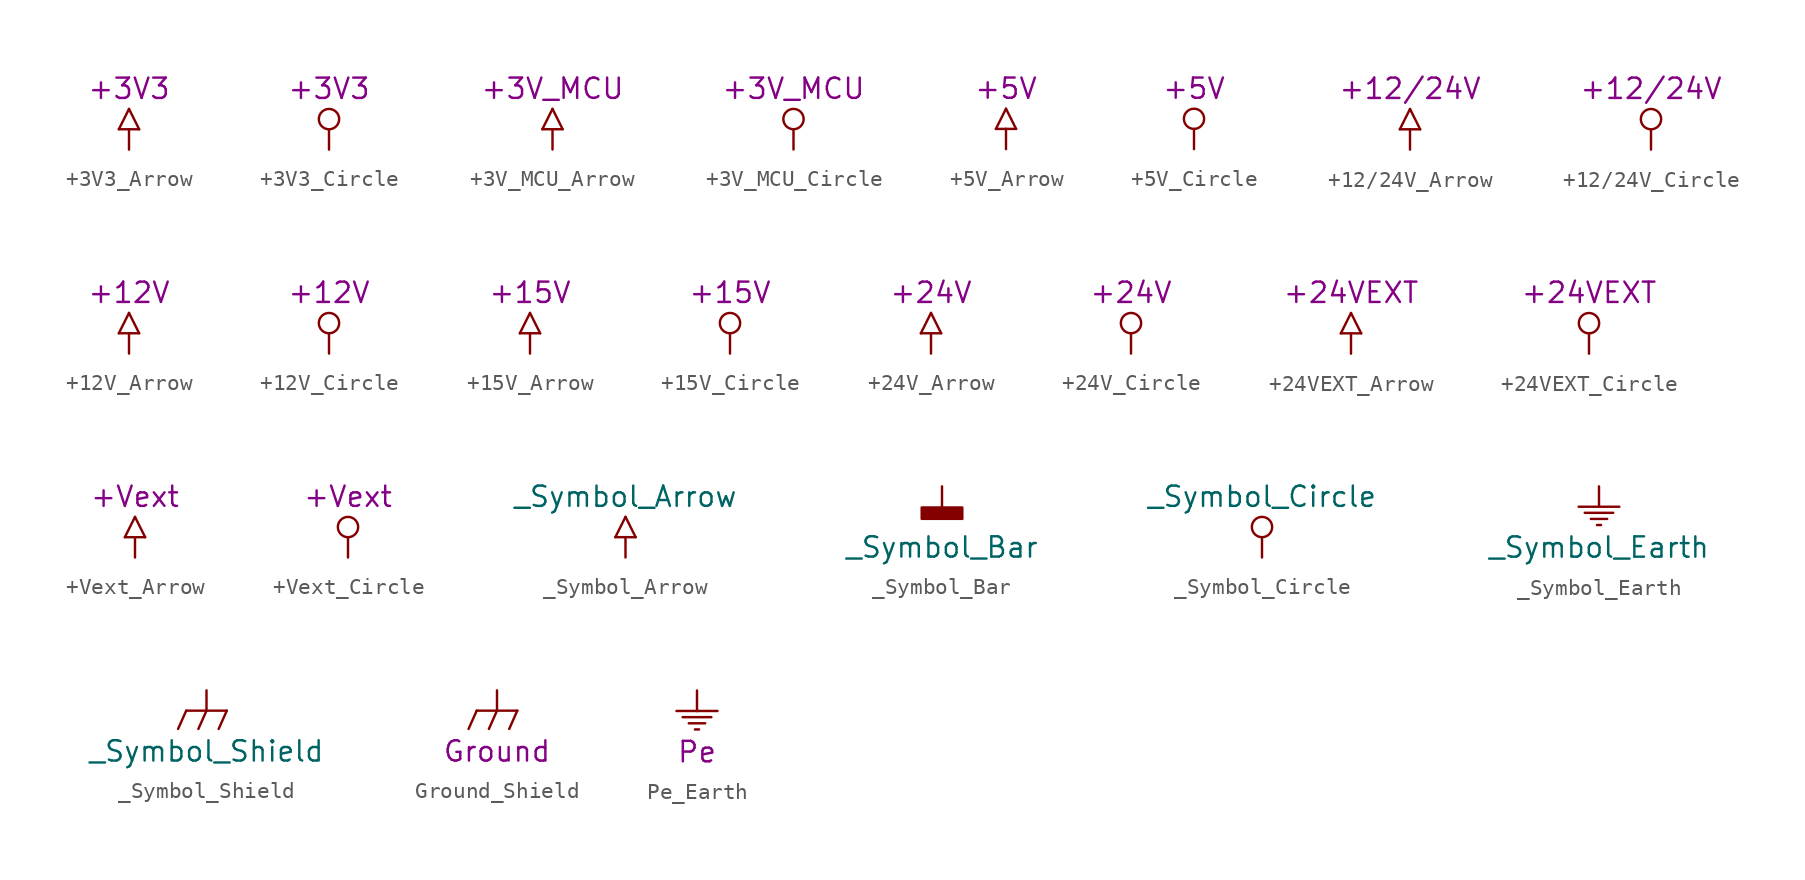
<source format=kicad_sym>
(kicad_symbol_lib
  (version 20231120)
  (generator "kicad_symbol_editor")
  (generator_version "8.0")
  (symbol "+3V3_Arrow"
    (power)
    (pin_numbers hide)
    (pin_names
      (offset 0) hide)
    (property "Reference" "#PWR"
      (at 0 6.35 0)
      (effects (font (size 1.27 1.27)) (hide yes)))
    (property "Signal_Name" "+3V3"
      (at 0 3.81 0)
      (effects (font (size 1.27 1.27))))
    (symbol "+3V3_Arrow_0_1"
      (polyline (pts (xy 0 1.27) (xy 0 0)) (stroke (width 0) (type default)) (fill (type none))))
    (symbol "+3V3_Arrow_1_0"
      (polyline (pts (xy -0.635 1.27) (xy 0 1.27)) (stroke (width 0) (type default)) (fill (type none)))
      (polyline (pts (xy 0 1.27) (xy 0.635 1.27)) (stroke (width 0) (type default)) (fill (type none)))
      (polyline (pts (xy 0 2.54) (xy -0.635 1.27)) (stroke (width 0) (type default)) (fill (type none)))
      (polyline (pts (xy 0.635 1.27) (xy 0 2.54)) (stroke (width 0) (type default)) (fill (type none))))
    (symbol "+3V3_Arrow_1_1"
      (pin power_in line (at 0 0 90) (length 0) hide (name "+3V3" (effects (font (size 1.27 1.27)))) (number "1" (effects (font (size 1.27 1.27)))) (alternate "+3V3" power_out line))))
  (symbol "+3V3_Circle"
    (power)
    (pin_numbers hide)
    (pin_names
      (offset 0) hide)
    (property "Reference" "#PWR"
      (at 0 8.89 0)
      (effects (font (size 1.27 1.27)) (hide yes)))
    (property "Signal_Name" "+3V3"
      (at 0 3.81 0)
      (effects (font (size 1.27 1.27))))
    (symbol "+3V3_Circle_0_1"
      (polyline (pts (xy 0 1.27) (xy 0 0)) (stroke (width 0) (type default)) (fill (type none))))
    (symbol "+3V3_Circle_1_1"
      (circle (center 0 1.905) (radius 0.635) (stroke (width 0) (type default)) (fill (type none)))
      (pin power_out line (at 0 0 180) (length 0) hide (name "+3V3" (effects (font (size 1.27 1.27)))) (number "1" (effects (font (size 1.27 1.27)))) (alternate "+3V3" power_out line))))
  (symbol "+3V_MCU_Arrow"
    (power)
    (pin_numbers hide)
    (pin_names
      (offset 0) hide)
    (property "Reference" "#PWR"
      (at 0 6.35 0)
      (effects (font (size 1.27 1.27)) (hide yes)))
    (property "Signal_Name" "+3V_MCU"
      (at 0 3.81 0)
      (effects (font (size 1.27 1.27))))
    (symbol "+3V_MCU_Arrow_0_1"
      (polyline (pts (xy 0 1.27) (xy 0 0)) (stroke (width 0) (type default)) (fill (type none))))
    (symbol "+3V_MCU_Arrow_1_0"
      (polyline (pts (xy -0.635 1.27) (xy 0 1.27)) (stroke (width 0) (type default)) (fill (type none)))
      (polyline (pts (xy 0 1.27) (xy 0.635 1.27)) (stroke (width 0) (type default)) (fill (type none)))
      (polyline (pts (xy 0 2.54) (xy -0.635 1.27)) (stroke (width 0) (type default)) (fill (type none)))
      (polyline (pts (xy 0.635 1.27) (xy 0 2.54)) (stroke (width 0) (type default)) (fill (type none))))
    (symbol "+3V_MCU_Arrow_1_1"
      (pin power_in line (at 0 0 90) (length 0) hide (name "+3V_MCU" (effects (font (size 1.27 1.27)))) (number "1" (effects (font (size 1.27 1.27)))))))
  (symbol "+3V_MCU_Circle"
    (power)
    (pin_numbers hide)
    (pin_names
      (offset 0) hide)
    (property "Reference" "#PWR"
      (at 0 8.89 0)
      (effects (font (size 1.27 1.27)) (hide yes)))
    (property "Signal_Name" "+3V_MCU"
      (at 0 3.81 0)
      (effects (font (size 1.27 1.27))))
    (symbol "+3V_MCU_Circle_0_1"
      (polyline (pts (xy 0 1.27) (xy 0 0)) (stroke (width 0) (type default)) (fill (type none))))
    (symbol "+3V_MCU_Circle_1_1"
      (circle (center 0 1.905) (radius 0.635) (stroke (width 0) (type default)) (fill (type none)))
      (pin power_in line (at 0 0 90) (length 0) hide (name "+3V_MCU" (effects (font (size 1.27 1.27)))) (number "1" (effects (font (size 1.27 1.27)))))))
  (symbol "+5V_Arrow"
    (power)
    (pin_numbers hide)
    (pin_names
      (offset 0) hide)
    (property "Reference" "#PWR"
      (at 0 5.08 0)
      (effects (font (size 1.143 1.143)) (hide yes)))
    (property "Signal_Name" "+5V"
      (at 0 3.81 0)
      (effects (font (size 1.27 1.27))))
    (symbol "+5V_Arrow_0_1"
      (polyline (pts (xy 0 1.27) (xy 0 0)) (stroke (width 0) (type default)) (fill (type none))))
    (symbol "+5V_Arrow_1_0"
      (polyline (pts (xy -0.635 1.27) (xy 0 1.27)) (stroke (width 0) (type default)) (fill (type none)))
      (polyline (pts (xy 0 1.27) (xy 0.635 1.27)) (stroke (width 0) (type default)) (fill (type none)))
      (polyline (pts (xy 0 2.54) (xy -0.635 1.27)) (stroke (width 0) (type default)) (fill (type none)))
      (polyline (pts (xy 0.635 1.27) (xy 0 2.54)) (stroke (width 0) (type default)) (fill (type none))))
    (symbol "+5V_Arrow_1_1"
      (pin power_in line (at 0 0 90) (length 0) hide (name "+5V" (effects (font (size 1.27 1.27)))) (number "1" (effects (font (size 1.27 1.27)))))))
  (symbol "+5V_Circle"
    (power)
    (pin_numbers hide)
    (pin_names
      (offset 0) hide)
    (property "Reference" "#PWR"
      (at 0 6.35 0)
      (effects (font (size 1.27 1.27)) (hide yes)))
    (property "Signal_Name" "+5V"
      (at 0 3.81 0)
      (effects (font (size 1.27 1.27))))
    (symbol "+5V_Circle_0_1"
      (polyline (pts (xy 0 1.27) (xy 0 0)) (stroke (width 0) (type default)) (fill (type none))))
    (symbol "+5V_Circle_1_1"
      (circle (center 0 1.905) (radius 0.635) (stroke (width 0) (type default)) (fill (type none)))
      (pin power_in line (at 0 0 90) (length 0) hide (name "+5V" (effects (font (size 1.27 1.27)))) (number "1" (effects (font (size 1.27 1.27)))))))
  (symbol "+12/24V_Arrow"
    (power)
    (pin_numbers hide)
    (pin_names
      (offset 0) hide)
    (property "Reference" "#PWR"
      (at 0 6.35 0)
      (effects (font (size 1.27 1.27)) (hide yes)))
    (property "Signal_Name" "+12/24V"
      (at 0 3.81 0)
      (effects (font (size 1.27 1.27))))
    (symbol "+12/24V_Arrow_0_1"
      (polyline (pts (xy 0 1.27) (xy 0 0)) (stroke (width 0) (type default)) (fill (type none))))
    (symbol "+12/24V_Arrow_1_0"
      (polyline (pts (xy -0.635 1.27) (xy 0 1.27)) (stroke (width 0) (type default)) (fill (type none)))
      (polyline (pts (xy 0 1.27) (xy 0.635 1.27)) (stroke (width 0) (type default)) (fill (type none)))
      (polyline (pts (xy 0 2.54) (xy -0.635 1.27)) (stroke (width 0) (type default)) (fill (type none)))
      (polyline (pts (xy 0.635 1.27) (xy 0 2.54)) (stroke (width 0) (type default)) (fill (type none))))
    (symbol "+12/24V_Arrow_1_1"
      (pin power_in line (at 0 0 90) (length 0) hide (name "+12/24V" (effects (font (size 1.27 1.27)))) (number "1" (effects (font (size 1.27 1.27)))))))
  (symbol "+12/24V_Circle"
    (power)
    (pin_numbers hide)
    (pin_names
      (offset 0) hide)
    (property "Reference" "#PWR"
      (at 0 6.35 0)
      (effects (font (size 1.27 1.27)) (hide yes)))
    (property "Signal_Name" "+12/24V"
      (at 0 3.81 0)
      (effects (font (size 1.27 1.27))))
    (symbol "+12/24V_Circle_0_1"
      (polyline (pts (xy 0 1.27) (xy 0 0)) (stroke (width 0) (type default)) (fill (type none))))
    (symbol "+12/24V_Circle_1_1"
      (circle (center 0 1.905) (radius 0.635) (stroke (width 0) (type default)) (fill (type none)))
      (pin power_in line (at 0 0 90) (length 0) hide (name "+12/24V" (effects (font (size 1.27 1.27)))) (number "1" (effects (font (size 1.27 1.27)))))))
  (symbol "+12V_Arrow"
    (power)
    (pin_numbers hide)
    (pin_names
      (offset 0) hide)
    (property "Reference" "#PWR"
      (at 0 6.35 0)
      (effects (font (size 1.27 1.27)) (hide yes)))
    (property "Signal_Name" "+12V"
      (at 0 3.81 0)
      (effects (font (size 1.27 1.27))))
    (symbol "+12V_Arrow_0_1"
      (polyline (pts (xy 0 1.27) (xy 0 0)) (stroke (width 0) (type default)) (fill (type none))))
    (symbol "+12V_Arrow_1_0"
      (polyline (pts (xy -0.635 1.27) (xy 0 1.27)) (stroke (width 0) (type default)) (fill (type none)))
      (polyline (pts (xy 0 1.27) (xy 0.635 1.27)) (stroke (width 0) (type default)) (fill (type none)))
      (polyline (pts (xy 0 2.54) (xy -0.635 1.27)) (stroke (width 0) (type default)) (fill (type none)))
      (polyline (pts (xy 0.635 1.27) (xy 0 2.54)) (stroke (width 0) (type default)) (fill (type none))))
    (symbol "+12V_Arrow_1_1"
      (pin power_in line (at 0 0 90) (length 0) hide (name "+12V" (effects (font (size 1.27 1.27)))) (number "1" (effects (font (size 1.27 1.27)))))))
  (symbol "+12V_Circle"
    (power)
    (pin_numbers hide)
    (pin_names
      (offset 0) hide)
    (property "Reference" "#PWR"
      (at 0 6.35 0)
      (effects (font (size 1.27 1.27)) (hide yes)))
    (property "Signal_Name" "+12V"
      (at 0 3.81 0)
      (effects (font (size 1.27 1.27))))
    (symbol "+12V_Circle_0_1"
      (polyline (pts (xy 0 1.27) (xy 0 0)) (stroke (width 0) (type default)) (fill (type none))))
    (symbol "+12V_Circle_1_1"
      (circle (center 0 1.905) (radius 0.635) (stroke (width 0) (type default)) (fill (type none)))
      (pin power_in line (at 0 0 90) (length 0) hide (name "+12V" (effects (font (size 1.27 1.27)))) (number "1" (effects (font (size 1.27 1.27)))))))
  (symbol "+15V_Arrow"
    (power)
    (pin_numbers hide)
    (pin_names
      (offset 0) hide)
    (property "Reference" "#PWR"
      (at 0 6.35 0)
      (effects (font (size 1.27 1.27)) (hide yes)))
    (property "Signal_Name" "+15V"
      (at 0 3.81 0)
      (effects (font (size 1.27 1.27))))
    (symbol "+15V_Arrow_0_1"
      (polyline (pts (xy 0 1.27) (xy 0 0)) (stroke (width 0) (type default)) (fill (type none))))
    (symbol "+15V_Arrow_1_0"
      (polyline (pts (xy -0.635 1.27) (xy 0 1.27)) (stroke (width 0) (type default)) (fill (type none)))
      (polyline (pts (xy 0 1.27) (xy 0.635 1.27)) (stroke (width 0) (type default)) (fill (type none)))
      (polyline (pts (xy 0 2.54) (xy -0.635 1.27)) (stroke (width 0) (type default)) (fill (type none)))
      (polyline (pts (xy 0.635 1.27) (xy 0 2.54)) (stroke (width 0) (type default)) (fill (type none))))
    (symbol "+15V_Arrow_1_1"
      (pin power_in line (at 0 0 90) (length 0) hide (name "+15V" (effects (font (size 1.27 1.27)))) (number "1" (effects (font (size 1.27 1.27)))))))
  (symbol "+15V_Circle"
    (power)
    (pin_numbers hide)
    (pin_names
      (offset 0) hide)
    (property "Reference" "#PWR"
      (at 0 6.35 0)
      (effects (font (size 1.27 1.27)) (hide yes)))
    (property "Signal_Name" "+15V"
      (at 0 3.81 0)
      (effects (font (size 1.27 1.27))))
    (symbol "+15V_Circle_0_1"
      (polyline (pts (xy 0 1.27) (xy 0 0)) (stroke (width 0) (type default)) (fill (type none))))
    (symbol "+15V_Circle_1_1"
      (circle (center 0 1.905) (radius 0.635) (stroke (width 0) (type default)) (fill (type none)))
      (pin power_in line (at 0 0 90) (length 0) hide (name "+15V" (effects (font (size 1.27 1.27)))) (number "1" (effects (font (size 1.27 1.27)))))))
  (symbol "+24V_Arrow"
    (power)
    (pin_numbers hide)
    (pin_names
      (offset 0) hide)
    (property "Reference" "#PWR"
      (at 0 6.35 0)
      (effects (font (size 1.27 1.27)) (hide yes)))
    (property "Signal_Name" "+24V"
      (at 0 3.81 0)
      (effects (font (size 1.27 1.27))))
    (symbol "+24V_Arrow_0_1"
      (polyline (pts (xy 0 1.27) (xy 0 0)) (stroke (width 0) (type default)) (fill (type none))))
    (symbol "+24V_Arrow_1_0"
      (polyline (pts (xy -0.635 1.27) (xy 0 1.27)) (stroke (width 0) (type default)) (fill (type none)))
      (polyline (pts (xy 0 1.27) (xy 0.635 1.27)) (stroke (width 0) (type default)) (fill (type none)))
      (polyline (pts (xy 0 2.54) (xy -0.635 1.27)) (stroke (width 0) (type default)) (fill (type none)))
      (polyline (pts (xy 0.635 1.27) (xy 0 2.54)) (stroke (width 0) (type default)) (fill (type none))))
    (symbol "+24V_Arrow_1_1"
      (pin power_in line (at 0 0 90) (length 0) hide (name "+24V" (effects (font (size 1.27 1.27)))) (number "1" (effects (font (size 1.27 1.27)))))))
  (symbol "+24V_Circle"
    (power)
    (pin_numbers hide)
    (pin_names
      (offset 0) hide)
    (property "Reference" "#PWR"
      (at 0 6.35 0)
      (effects (font (size 1.27 1.27)) (hide yes)))
    (property "Signal_Name" "+24V"
      (at 0 3.81 0)
      (effects (font (size 1.27 1.27))))
    (symbol "+24V_Circle_0_1"
      (polyline (pts (xy 0 1.27) (xy 0 0)) (stroke (width 0) (type default)) (fill (type none))))
    (symbol "+24V_Circle_1_1"
      (circle (center 0 1.905) (radius 0.635) (stroke (width 0) (type default)) (fill (type none)))
      (pin power_in line (at 0 0 90) (length 0) hide (name "+24V" (effects (font (size 1.27 1.27)))) (number "1" (effects (font (size 1.27 1.27)))))))
  (symbol "+24VEXT_Arrow"
    (power)
    (pin_numbers hide)
    (pin_names
      (offset 0) hide)
    (property "Reference" "#PWR"
      (at 0 6.35 0)
      (effects (font (size 1.27 1.27)) (hide yes)))
    (property "Signal_Name" "+24VEXT"
      (at 0 3.81 0)
      (effects (font (size 1.27 1.27))))
    (symbol "+24VEXT_Arrow_0_1"
      (polyline (pts (xy 0 1.27) (xy 0 0)) (stroke (width 0) (type default)) (fill (type none))))
    (symbol "+24VEXT_Arrow_1_0"
      (polyline (pts (xy -0.635 1.27) (xy 0 1.27)) (stroke (width 0) (type default)) (fill (type none)))
      (polyline (pts (xy 0 1.27) (xy 0.635 1.27)) (stroke (width 0) (type default)) (fill (type none)))
      (polyline (pts (xy 0 2.54) (xy -0.635 1.27)) (stroke (width 0) (type default)) (fill (type none)))
      (polyline (pts (xy 0.635 1.27) (xy 0 2.54)) (stroke (width 0) (type default)) (fill (type none))))
    (symbol "+24VEXT_Arrow_1_1"
      (pin power_in line (at 0 0 90) (length 0) hide (name "+24VEXT" (effects (font (size 1.27 1.27)))) (number "1" (effects (font (size 1.27 1.27)))))))
  (symbol "+24VEXT_Circle"
    (power)
    (pin_numbers hide)
    (pin_names
      (offset 0) hide)
    (property "Reference" "#PWR"
      (at 0 6.35 0)
      (effects (font (size 1.27 1.27)) (hide yes)))
    (property "Signal_Name" "+24VEXT"
      (at 0 3.81 0)
      (effects (font (size 1.27 1.27))))
    (symbol "+24VEXT_Circle_0_1"
      (polyline (pts (xy 0 1.27) (xy 0 0)) (stroke (width 0) (type default)) (fill (type none))))
    (symbol "+24VEXT_Circle_1_1"
      (circle (center 0 1.905) (radius 0.635) (stroke (width 0) (type default)) (fill (type none)))
      (pin power_in line (at 0 0 90) (length 0) hide (name "+24VEXT" (effects (font (size 1.27 1.27)))) (number "1" (effects (font (size 1.27 1.27)))))))
  (symbol "+Vext_Arrow"
    (power)
    (pin_numbers hide)
    (pin_names
      (offset 0) hide)
    (property "Reference" "#PWR"
      (at 0 6.35 0)
      (effects (font (size 1.27 1.27)) (hide yes)))
    (property "Signal_Name" "+Vext"
      (at 0 3.81 0)
      (effects (font (size 1.27 1.27))))
    (symbol "+Vext_Arrow_0_1"
      (polyline (pts (xy 0 1.27) (xy 0 0)) (stroke (width 0) (type default)) (fill (type none))))
    (symbol "+Vext_Arrow_1_0"
      (polyline (pts (xy -0.635 1.27) (xy 0 1.27)) (stroke (width 0) (type default)) (fill (type none)))
      (polyline (pts (xy 0 1.27) (xy 0.635 1.27)) (stroke (width 0) (type default)) (fill (type none)))
      (polyline (pts (xy 0 2.54) (xy -0.635 1.27)) (stroke (width 0) (type default)) (fill (type none)))
      (polyline (pts (xy 0.635 1.27) (xy 0 2.54)) (stroke (width 0) (type default)) (fill (type none))))
    (symbol "+Vext_Arrow_1_1"
      (pin power_in line (at 0 0 90) (length 0) hide (name "+Vext" (effects (font (size 1.27 1.27)))) (number "1" (effects (font (size 1.27 1.27)))))))
  (symbol "+Vext_Circle"
    (power)
    (pin_numbers hide)
    (pin_names
      (offset 0) hide)
    (property "Reference" "#PWR"
      (at 0 6.35 0)
      (effects (font (size 1.27 1.27)) (hide yes)))
    (property "Signal_Name" "+Vext"
      (at 0 3.81 0)
      (effects (font (size 1.27 1.27))))
    (symbol "+Vext_Circle_0_1"
      (polyline (pts (xy 0 1.27) (xy 0 0)) (stroke (width 0) (type default)) (fill (type none))))
    (symbol "+Vext_Circle_1_1"
      (circle (center 0 1.905) (radius 0.635) (stroke (width 0) (type default)) (fill (type none)))
      (pin power_in line (at 0 0 90) (length 0) hide (name "+Vext" (effects (font (size 1.27 1.27)))) (number "1" (effects (font (size 1.27 1.27)))))))
  (symbol "_Symbol_Arrow"
    (power)
    (pin_numbers hide)
    (pin_names
      (offset 0) hide)
    (property "Reference" "#PWR"
      (at 0 6.35 0)
      (effects (font (size 1.27 1.27)) (hide yes)))
    (property "Value" "_Symbol_Arrow"
      (at 0 3.81 0)
      (effects (font (size 1.27 1.27))))
    (symbol "_Symbol_Arrow_0_1"
      (polyline (pts (xy 0 1.27) (xy 0 0)) (stroke (width 0) (type default)) (fill (type none))))
    (symbol "_Symbol_Arrow_1_0"
      (polyline (pts (xy -0.635 1.27) (xy 0 1.27)) (stroke (width 0) (type default)) (fill (type none)))
      (polyline (pts (xy 0 1.27) (xy 0.635 1.27)) (stroke (width 0) (type default)) (fill (type none)))
      (polyline (pts (xy 0 2.54) (xy -0.635 1.27)) (stroke (width 0) (type default)) (fill (type none)))
      (polyline (pts (xy 0.635 1.27) (xy 0 2.54)) (stroke (width 0) (type default)) (fill (type none))))
    (symbol "_Symbol_Arrow_1_1"
      (pin power_in line (at 0 0 90) (length 0) hide (name "_Symbol_Arrow" (effects (font (size 1.27 1.27)))) (number "1" (effects (font (size 1.27 1.27)))))))
  (symbol "_Symbol_Bar"
    (power)
    (pin_numbers hide)
    (pin_names
      (offset 0) hide)
    (property "Reference" "#PWR"
      (at 0 1.778 0)
      (effects (font (size 1.143 1.143)) (hide yes)))
    (property "Value" "_Symbol_Bar"
      (at 0 -3.81 0)
      (effects (font (size 1.27 1.27))))
    (symbol "_Symbol_Bar_0_1"
      (polyline (pts (xy 0 -1.27) (xy 0 0)) (stroke (width 0) (type default)) (fill (type none))))
    (symbol "_Symbol_Bar_1_1"
      (rectangle (start -1.27 -2.032) (end 1.27 -1.321) (stroke (width 0) (type default)) (fill (type outline)))
      (pin power_in line (at 0 0 270) (length 0) hide (name "_Symbol_Bar" (effects (font (size 1.27 1.27)))) (number "1" (effects (font (size 1.27 1.27)))))))
  (symbol "_Symbol_Circle"
    (power)
    (pin_numbers hide)
    (pin_names
      (offset 0) hide)
    (property "Reference" "#PWR"
      (at 0 8.89 0)
      (effects (font (size 1.27 1.27)) (hide yes)))
    (property "Value" "_Symbol_Circle"
      (at 0 3.81 0)
      (effects (font (size 1.27 1.27))))
    (symbol "_Symbol_Circle_0_1"
      (polyline (pts (xy 0 1.27) (xy 0 0)) (stroke (width 0) (type default)) (fill (type none))))
    (symbol "_Symbol_Circle_1_1"
      (circle (center 0 1.905) (radius 0.635) (stroke (width 0) (type default)) (fill (type none)))
      (pin power_in line (at 0 0 180) (length 0) hide (name "_Symbol_Circle" (effects (font (size 1.27 1.27)))) (number "1" (effects (font (size 1.27 1.27)))))))
  (symbol "_Symbol_Earth"
    (power)
    (pin_numbers hide)
    (pin_names
      (offset 0) hide)
    (property "Reference" "#PWR"
      (at 0 1.778 0)
      (effects (font (size 1.143 1.143)) (hide yes)))
    (property "Value" "_Symbol_Earth"
      (at 0 -3.81 0)
      (effects (font (size 1.27 1.27))))
    (symbol "_Symbol_Earth_0_1"
      (polyline (pts (xy 0 -1.27) (xy 0 0)) (stroke (width 0) (type default)) (fill (type none))))
    (symbol "_Symbol_Earth_1_0"
      (polyline (pts (xy -1.27 -1.27) (xy 0 -1.27)) (stroke (width 0) (type default)) (fill (type none)))
      (polyline (pts (xy -0.889 -1.651) (xy 0.889 -1.651)) (stroke (width 0) (type default)) (fill (type none)))
      (polyline (pts (xy -0.508 -2.032) (xy 0.508 -2.032)) (stroke (width 0) (type default)) (fill (type none)))
      (polyline (pts (xy -0.127 -2.413) (xy 0.127 -2.413)) (stroke (width 0) (type default)) (fill (type none)))
      (polyline (pts (xy 0 -1.27) (xy 1.27 -1.27)) (stroke (width 0) (type default)) (fill (type none))))
    (symbol "_Symbol_Earth_1_1"
      (pin power_in line (at 0 0 270) (length 0) hide (name "_Symbol_Earth" (effects (font (size 1.27 1.27)))) (number "1" (effects (font (size 1.27 1.27)))))))
  (symbol "_Symbol_Shield"
    (power)
    (pin_numbers hide)
    (pin_names
      (offset 0) hide)
    (property "Reference" "#PWR"
      (at 0 1.778 0)
      (effects (font (size 1.143 1.143)) (hide yes)))
    (property "Value" "_Symbol_Shield"
      (at 0 -3.81 0)
      (effects (font (size 1.27 1.27))))
    (symbol "_Symbol_Shield_0_1"
      (polyline (pts (xy 0 -1.27) (xy 0 0)) (stroke (width 0) (type default)) (fill (type none))))
    (symbol "_Symbol_Shield_1_0"
      (polyline (pts (xy -1.27 -1.27) (xy -1.778 -2.413)) (stroke (width 0) (type default)) (fill (type none)))
      (polyline (pts (xy -1.27 -1.27) (xy 0 -1.27)) (stroke (width 0) (type default)) (fill (type none)))
      (polyline (pts (xy 0 -1.27) (xy -0.508 -2.413)) (stroke (width 0) (type default)) (fill (type none)))
      (polyline (pts (xy 0 -1.27) (xy 1.27 -1.27)) (stroke (width 0) (type default)) (fill (type none)))
      (polyline (pts (xy 1.27 -1.27) (xy 0.762 -2.413)) (stroke (width 0) (type default)) (fill (type none))))
    (symbol "_Symbol_Shield_1_1"
      (pin power_in line (at 0 0 270) (length 0) hide (name "_Symbol_Shield" (effects (font (size 1.27 1.27)))) (number "1" (effects (font (size 1.27 1.27)))))))
  (symbol "Ground_Shield"
    (power)
    (pin_numbers hide)
    (pin_names
      (offset 0) hide)
    (property "Reference" "#PWR"
      (at 0 1.778 0)
      (effects (font (size 1.143 1.143)) (hide yes)))
    (property "Signal_Name" "Ground"
      (at 0 -3.81 0)
      (effects (font (size 1.27 1.27))))
    (symbol "Ground_Shield_0_1"
      (polyline (pts (xy 0 -1.27) (xy 0 0)) (stroke (width 0) (type default)) (fill (type none))))
    (symbol "Ground_Shield_1_0"
      (polyline (pts (xy -1.27 -1.27) (xy -1.778 -2.413)) (stroke (width 0) (type default)) (fill (type none)))
      (polyline (pts (xy -1.27 -1.27) (xy 0 -1.27)) (stroke (width 0) (type default)) (fill (type none)))
      (polyline (pts (xy 0 -1.27) (xy -0.508 -2.413)) (stroke (width 0) (type default)) (fill (type none)))
      (polyline (pts (xy 0 -1.27) (xy 1.27 -1.27)) (stroke (width 0) (type default)) (fill (type none)))
      (polyline (pts (xy 1.27 -1.27) (xy 0.762 -2.413)) (stroke (width 0) (type default)) (fill (type none))))
    (symbol "Ground_Shield_1_1"
      (pin power_in line (at 0 0 270) (length 0) hide (name "Ground" (effects (font (size 1.27 1.27)))) (number "1" (effects (font (size 1.27 1.27)))))))
  (symbol "Pe_Earth"
    (power)
    (pin_numbers hide)
    (pin_names
      (offset 0) hide)
    (property "Reference" "#PWR"
      (at 0 1.778 0)
      (effects (font (size 1.143 1.143)) (hide yes)))
    (property "Signal_Name" "Pe"
      (at 0 -3.81 0)
      (effects (font (size 1.27 1.27))))
    (symbol "Pe_Earth_0_1"
      (polyline (pts (xy 0 -1.27) (xy 0 0)) (stroke (width 0) (type default)) (fill (type none))))
    (symbol "Pe_Earth_1_0"
      (polyline (pts (xy -1.27 -1.27) (xy 0 -1.27)) (stroke (width 0) (type default)) (fill (type none)))
      (polyline (pts (xy -0.889 -1.651) (xy 0.889 -1.651)) (stroke (width 0) (type default)) (fill (type none)))
      (polyline (pts (xy -0.508 -2.032) (xy 0.508 -2.032)) (stroke (width 0) (type default)) (fill (type none)))
      (polyline (pts (xy -0.127 -2.413) (xy 0.127 -2.413)) (stroke (width 0) (type default)) (fill (type none)))
      (polyline (pts (xy 0 -1.27) (xy 1.27 -1.27)) (stroke (width 0) (type default)) (fill (type none))))
    (symbol "Pe_Earth_1_1"
      (pin power_in line (at 0 0 270) (length 0) hide (name "Pe" (effects (font (size 1.27 1.27)))) (number "1" (effects (font (size 1.27 1.27))))))))
</source>
